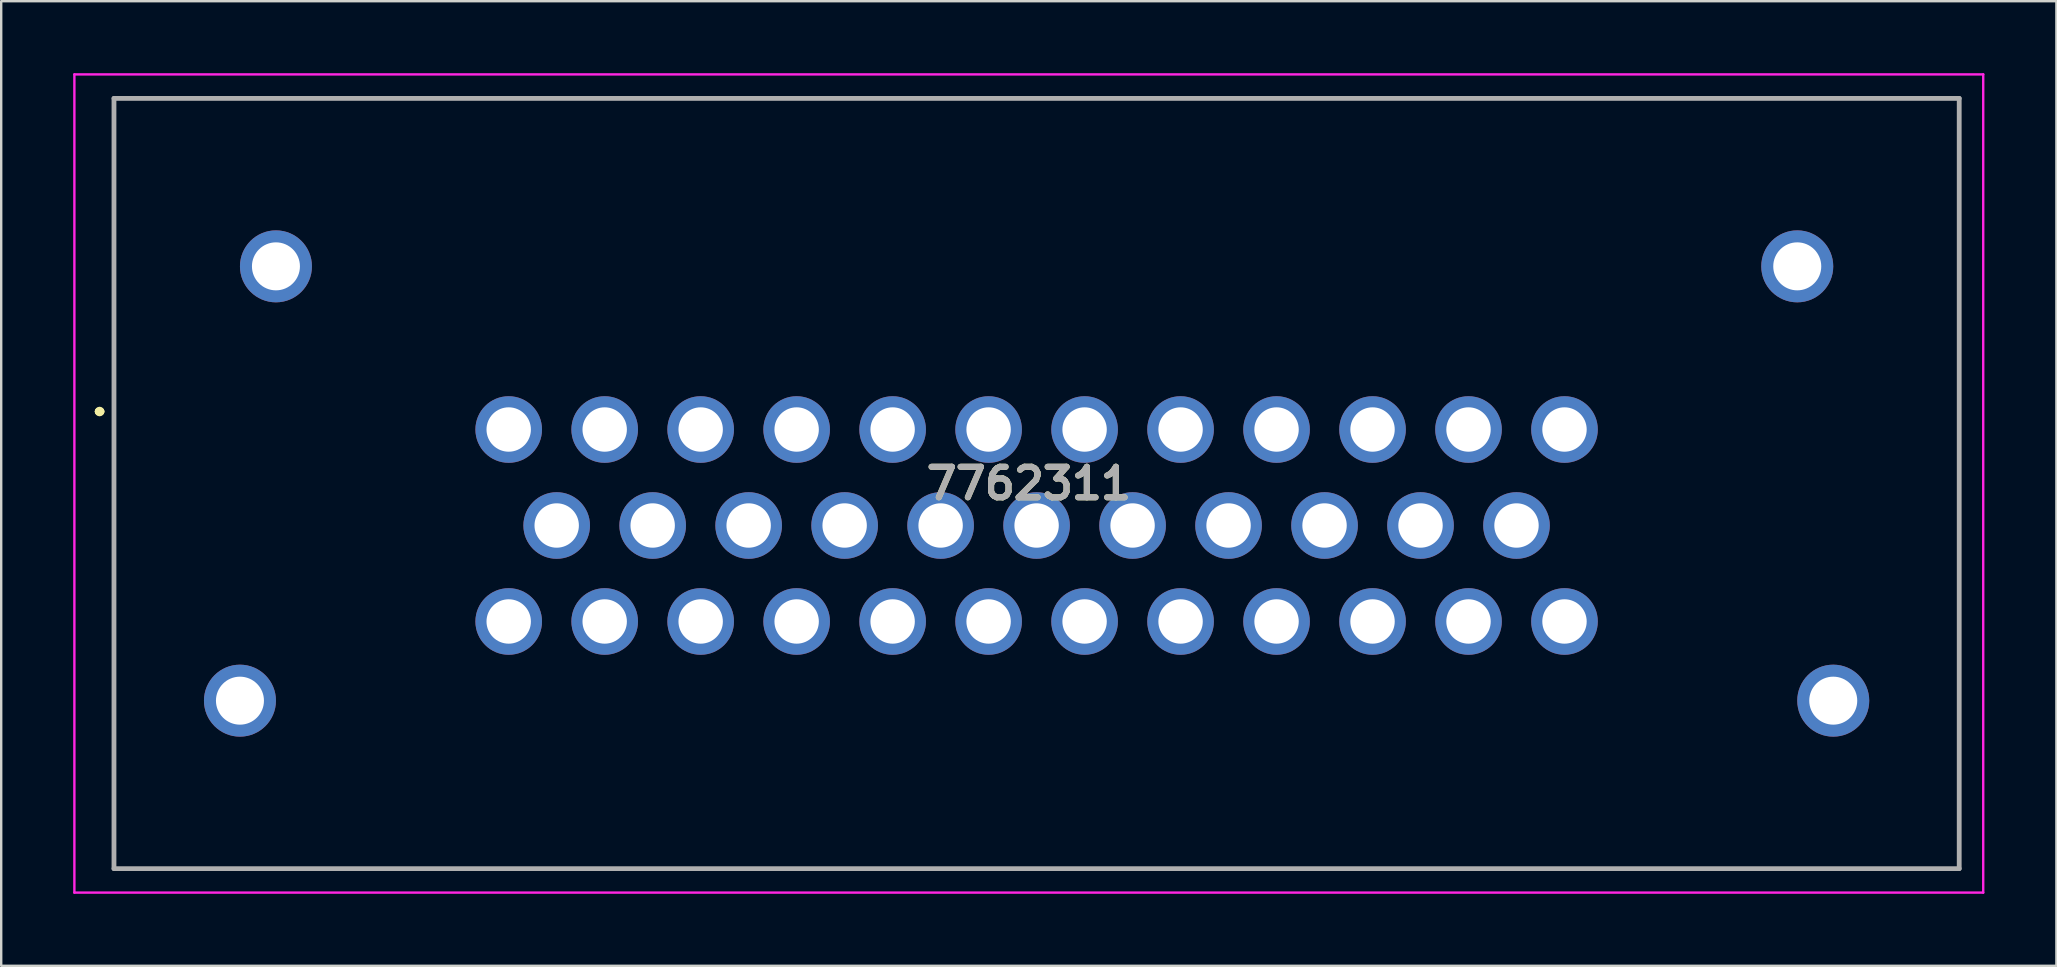
<source format=kicad_pcb>
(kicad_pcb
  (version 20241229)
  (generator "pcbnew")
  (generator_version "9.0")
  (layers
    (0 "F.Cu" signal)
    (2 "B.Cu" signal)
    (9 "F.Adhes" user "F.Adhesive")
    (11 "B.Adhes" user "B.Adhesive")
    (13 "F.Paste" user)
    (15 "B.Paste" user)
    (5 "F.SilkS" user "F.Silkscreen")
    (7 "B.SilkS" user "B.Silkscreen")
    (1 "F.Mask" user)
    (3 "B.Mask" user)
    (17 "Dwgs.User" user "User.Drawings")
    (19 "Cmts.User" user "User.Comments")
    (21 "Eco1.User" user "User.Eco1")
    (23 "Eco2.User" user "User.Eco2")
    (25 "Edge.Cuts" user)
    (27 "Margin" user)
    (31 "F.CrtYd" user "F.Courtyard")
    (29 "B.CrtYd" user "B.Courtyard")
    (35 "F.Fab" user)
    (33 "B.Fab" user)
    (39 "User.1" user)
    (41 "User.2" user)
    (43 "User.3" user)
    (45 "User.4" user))
  (footprint "7762311"
    (layer "F.Cu")
    (at 18.15 14.85)
    (property "Reference" "7762311" (at 21.675 2.25 0) (layer "F.SilkS") (effects (font (size 1.27 1.27) (thickness 0.254))))
    (attr through_hole)
    (fp_line (start -17.1 -0.75) (end -17.1 -0.75) (stroke (width 0.3) (type solid)) (layer "F.SilkS"))
    (fp_line (start -17 -0.75) (end -17 -0.75) (stroke (width 0.3) (type solid)) (layer "F.SilkS"))
    (fp_line (start -16.45 -13.8) (end 60.45 -13.8) (stroke (width 0.1) (type solid)) (layer "F.SilkS"))
    (fp_line (start -16.45 18.3) (end -16.45 -13.8) (stroke (width 0.1) (type solid)) (layer "F.SilkS"))
    (fp_line (start 60.45 -13.8) (end 60.45 18.3) (stroke (width 0.1) (type solid)) (layer "F.SilkS"))
    (fp_line (start 60.45 18.3) (end -16.45 18.3) (stroke (width 0.1) (type solid)) (layer "F.SilkS"))
    (fp_arc (start -17.1 -0.75) (mid -17.05 -0.8) (end -17 -0.75) (stroke (width 0.3) (type solid)) (layer "F.SilkS"))
    (fp_arc (start -17 -0.75) (mid -17.05 -0.7) (end -17.1 -0.75) (stroke (width 0.3) (type solid)) (layer "F.SilkS"))
    (fp_line (start -18.1 -14.8) (end 61.45 -14.8) (stroke (width 0.1) (type solid)) (layer "F.CrtYd"))
    (fp_line (start -18.1 19.3) (end -18.1 -14.8) (stroke (width 0.1) (type solid)) (layer "F.CrtYd"))
    (fp_line (start 61.45 -14.8) (end 61.45 19.3) (stroke (width 0.1) (type solid)) (layer "F.CrtYd"))
    (fp_line (start 61.45 19.3) (end -18.1 19.3) (stroke (width 0.1) (type solid)) (layer "F.CrtYd"))
    (fp_line (start -16.45 -13.8) (end 60.45 -13.8) (stroke (width 0.2) (type solid)) (layer "F.Fab"))
    (fp_line (start -16.45 18.3) (end -16.45 -13.8) (stroke (width 0.2) (type solid)) (layer "F.Fab"))
    (fp_line (start 60.45 -13.8) (end 60.45 18.3) (stroke (width 0.2) (type solid)) (layer "F.Fab"))
    (fp_line (start 60.45 18.3) (end -16.45 18.3) (stroke (width 0.2) (type solid)) (layer "F.Fab"))
    (fp_text user "${REFERENCE}" (at 21.675 2.25 0) (layer "F.Fab") (effects (font (size 1.27 1.27) (thickness 0.254))))
    (pad "1" thru_hole circle (at 0 0) (size 2.775 2.775) (drill 1.85) (layers "*.Cu" "*.Mask"))
    (pad "2" thru_hole circle (at 4 0) (size 2.775 2.775) (drill 1.85) (layers "*.Cu" "*.Mask"))
    (pad "3" thru_hole circle (at 8 0) (size 2.775 2.775) (drill 1.85) (layers "*.Cu" "*.Mask"))
    (pad "4" thru_hole circle (at 12 0) (size 2.775 2.775) (drill 1.85) (layers "*.Cu" "*.Mask"))
    (pad "5" thru_hole circle (at 16 0) (size 2.775 2.775) (drill 1.85) (layers "*.Cu" "*.Mask"))
    (pad "6" thru_hole circle (at 20 0) (size 2.775 2.775) (drill 1.85) (layers "*.Cu" "*.Mask"))
    (pad "7" thru_hole circle (at 24 0) (size 2.775 2.775) (drill 1.85) (layers "*.Cu" "*.Mask"))
    (pad "8" thru_hole circle (at 28 0) (size 2.775 2.775) (drill 1.85) (layers "*.Cu" "*.Mask"))
    (pad "9" thru_hole circle (at 32 0) (size 2.775 2.775) (drill 1.85) (layers "*.Cu" "*.Mask"))
    (pad "10" thru_hole circle (at 36 0) (size 2.775 2.775) (drill 1.85) (layers "*.Cu" "*.Mask"))
    (pad "11" thru_hole circle (at 40 0) (size 2.775 2.775) (drill 1.85) (layers "*.Cu" "*.Mask"))
    (pad "12" thru_hole circle (at 44 0) (size 2.775 2.775) (drill 1.85) (layers "*.Cu" "*.Mask"))
    (pad "13" thru_hole circle (at 2 4) (size 2.775 2.775) (drill 1.85) (layers "*.Cu" "*.Mask"))
    (pad "14" thru_hole circle (at 6 4) (size 2.775 2.775) (drill 1.85) (layers "*.Cu" "*.Mask"))
    (pad "15" thru_hole circle (at 10 4) (size 2.775 2.775) (drill 1.85) (layers "*.Cu" "*.Mask"))
    (pad "16" thru_hole circle (at 14 4) (size 2.775 2.775) (drill 1.85) (layers "*.Cu" "*.Mask"))
    (pad "17" thru_hole circle (at 18 4) (size 2.775 2.775) (drill 1.85) (layers "*.Cu" "*.Mask"))
    (pad "18" thru_hole circle (at 22 4) (size 2.775 2.775) (drill 1.85) (layers "*.Cu" "*.Mask"))
    (pad "19" thru_hole circle (at 26 4) (size 2.775 2.775) (drill 1.85) (layers "*.Cu" "*.Mask"))
    (pad "20" thru_hole circle (at 30 4) (size 2.775 2.775) (drill 1.85) (layers "*.Cu" "*.Mask"))
    (pad "21" thru_hole circle (at 34 4) (size 2.775 2.775) (drill 1.85) (layers "*.Cu" "*.Mask"))
    (pad "22" thru_hole circle (at 38 4) (size 2.775 2.775) (drill 1.85) (layers "*.Cu" "*.Mask"))
    (pad "23" thru_hole circle (at 42 4) (size 2.775 2.775) (drill 1.85) (layers "*.Cu" "*.Mask"))
    (pad "24" thru_hole circle (at 0 8) (size 2.775 2.775) (drill 1.85) (layers "*.Cu" "*.Mask"))
    (pad "25" thru_hole circle (at 4 8) (size 2.775 2.775) (drill 1.85) (layers "*.Cu" "*.Mask"))
    (pad "26" thru_hole circle (at 8 8) (size 2.775 2.775) (drill 1.85) (layers "*.Cu" "*.Mask"))
    (pad "27" thru_hole circle (at 12 8) (size 2.775 2.775) (drill 1.85) (layers "*.Cu" "*.Mask"))
    (pad "28" thru_hole circle (at 16 8) (size 2.775 2.775) (drill 1.85) (layers "*.Cu" "*.Mask"))
    (pad "29" thru_hole circle (at 20 8) (size 2.775 2.775) (drill 1.85) (layers "*.Cu" "*.Mask"))
    (pad "30" thru_hole circle (at 24 8) (size 2.775 2.775) (drill 1.85) (layers "*.Cu" "*.Mask"))
    (pad "31" thru_hole circle (at 28 8) (size 2.775 2.775) (drill 1.85) (layers "*.Cu" "*.Mask"))
    (pad "32" thru_hole circle (at 32 8) (size 2.775 2.775) (drill 1.85) (layers "*.Cu" "*.Mask"))
    (pad "33" thru_hole circle (at 36 8) (size 2.775 2.775) (drill 1.85) (layers "*.Cu" "*.Mask"))
    (pad "34" thru_hole circle (at 40 8) (size 2.775 2.775) (drill 1.85) (layers "*.Cu" "*.Mask"))
    (pad "35" thru_hole circle (at 44 8) (size 2.775 2.775) (drill 1.85) (layers "*.Cu" "*.Mask"))
    (pad "MH1" thru_hole circle (at -9.7 -6.8) (size 3 3) (drill 2) (layers "*.Cu" "*.Mask"))
    (pad "MH2" thru_hole circle (at -11.2 11.3) (size 3 3) (drill 2) (layers "*.Cu" "*.Mask"))
    (pad "MH3" thru_hole circle (at 55.2 11.3) (size 3 3) (drill 2) (layers "*.Cu" "*.Mask"))
    (pad "MH4" thru_hole circle (at 53.7 -6.8) (size 3 3) (drill 2) (layers "*.Cu" "*.Mask")))
  (gr_rect
    (start -3 -3)
    (end 82.65 37.2)
    (stroke (width 0.1) (type default))
    (fill no)
    (layer "Edge.Cuts")))
</source>
